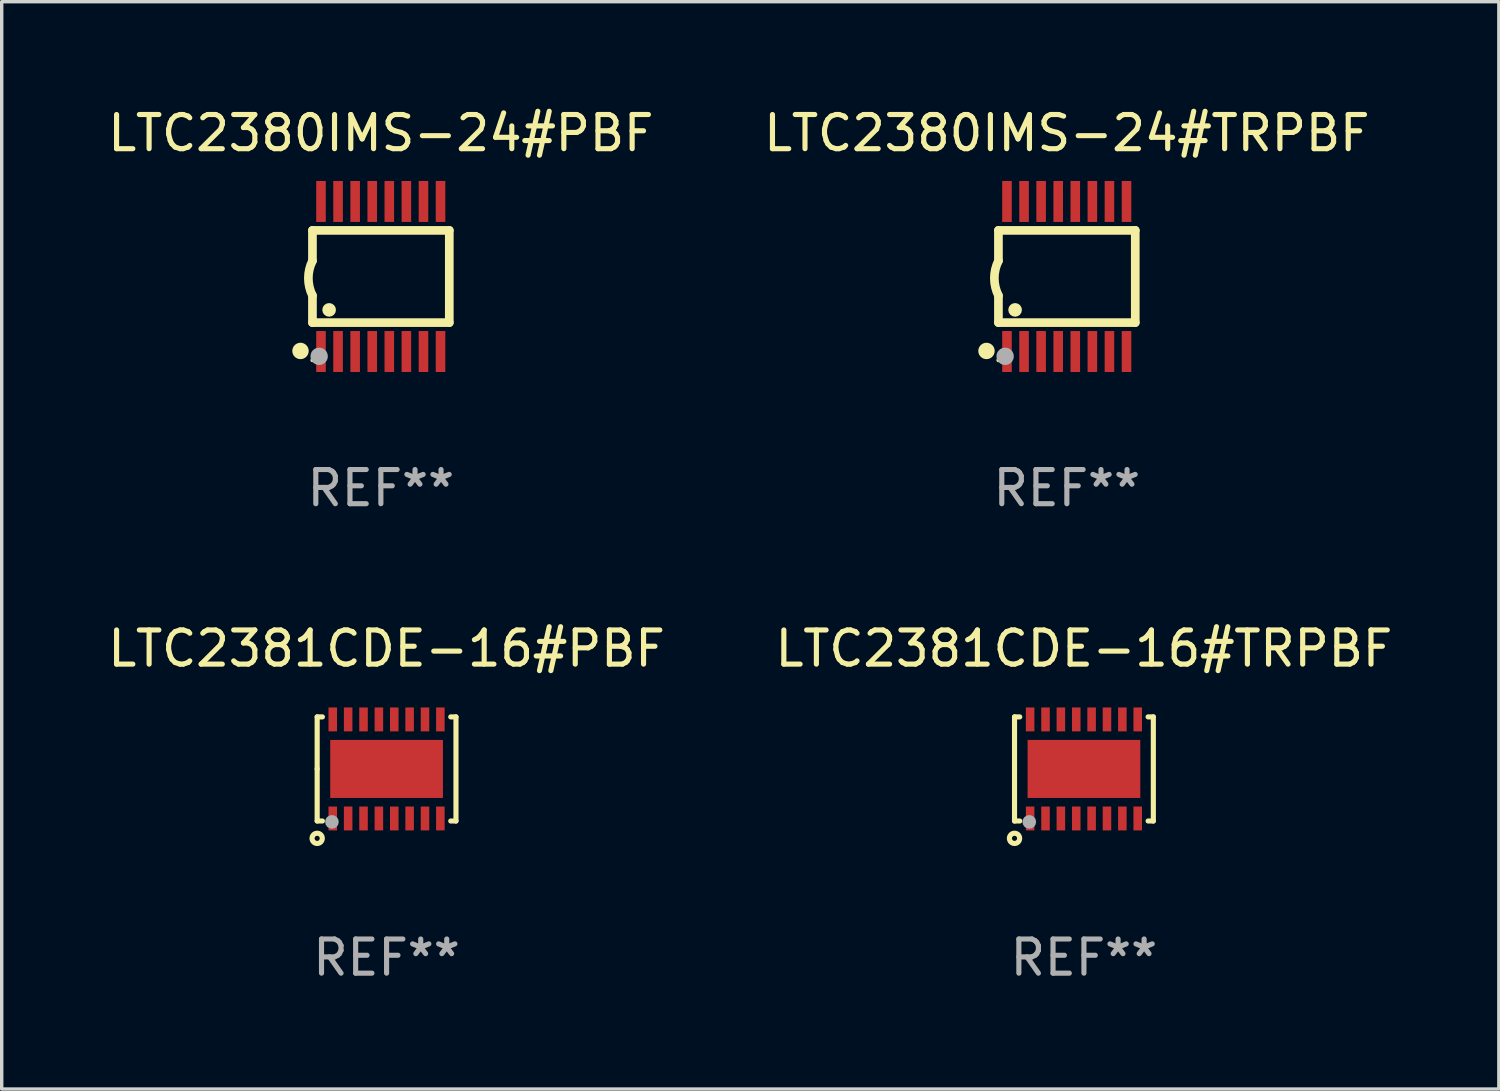
<source format=kicad_pcb>
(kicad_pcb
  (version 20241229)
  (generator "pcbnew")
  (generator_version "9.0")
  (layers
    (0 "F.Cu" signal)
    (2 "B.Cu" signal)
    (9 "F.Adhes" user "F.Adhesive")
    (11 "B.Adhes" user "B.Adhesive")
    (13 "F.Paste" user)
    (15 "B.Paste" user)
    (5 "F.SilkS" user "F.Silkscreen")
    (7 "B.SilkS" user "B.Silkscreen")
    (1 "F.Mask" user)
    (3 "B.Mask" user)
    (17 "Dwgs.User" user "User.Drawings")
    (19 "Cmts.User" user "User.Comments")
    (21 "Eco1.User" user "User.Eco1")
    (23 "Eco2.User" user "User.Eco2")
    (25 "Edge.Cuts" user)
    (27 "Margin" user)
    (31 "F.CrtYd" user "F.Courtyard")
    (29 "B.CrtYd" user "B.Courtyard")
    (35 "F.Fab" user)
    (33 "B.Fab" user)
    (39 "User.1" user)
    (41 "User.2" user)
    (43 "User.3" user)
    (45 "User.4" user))
  (footprint "LTC2381CDE-16#PBF"
    (layer "F.Cu")
    (at 8.268 19.463)
    (property "Reference" "LTC2381CDE-16#PBF" (at 0 -3.524 0) (layer "F.SilkS") (effects (font (size 1 1) (thickness 0.15))))
    (attr through_hole)
    (fp_line (start -2.032 -1.524) (end -1.879 -1.524) (stroke (width 0.15) (type solid)) (layer "F.SilkS"))
    (fp_line (start -2.032 0) (end -2.032 -1.524) (stroke (width 0.15) (type solid)) (layer "F.SilkS"))
    (fp_line (start -2.032 1.524) (end -2.032 0) (stroke (width 0.15) (type solid)) (layer "F.SilkS"))
    (fp_line (start -1.879 1.524) (end -2.032 1.524) (stroke (width 0.15) (type solid)) (layer "F.SilkS"))
    (fp_line (start 1.879 -1.524) (end 2.032 -1.524) (stroke (width 0.15) (type solid)) (layer "F.SilkS"))
    (fp_line (start 2.032 -1.524) (end 2.032 1.524) (stroke (width 0.15) (type solid)) (layer "F.SilkS"))
    (fp_line (start 2.032 1.524) (end 1.879 1.524) (stroke (width 0.15) (type solid)) (layer "F.SilkS"))
    (fp_circle (center -2.032 2.032) (end -1.882 2.032) (stroke (width 0.15) (type solid)) (fill no) (layer "F.SilkS"))
    (fp_circle (center -2 1.5) (end -1.97 1.5) (stroke (width 0.06) (type solid)) (fill no) (layer "F.SilkS"))
    (fp_circle (center -1.6 1.55) (end -1.5 1.55) (stroke (width 0.2) (type solid)) (fill no) (layer "F.Fab"))
    (fp_text user "REF**" (at 0 5.524 0) (layer "F.Fab") (effects (font (size 1 1) (thickness 0.15))))
    (pad "1" smd rect (at -1.575 1.45 90) (size 0.7 0.25) (layers "F.Cu" "F.Mask" "F.Paste"))
    (pad "2" smd rect (at -1.125 1.45 90) (size 0.7 0.25) (layers "F.Cu" "F.Mask" "F.Paste"))
    (pad "3" smd rect (at -0.675 1.45 90) (size 0.7 0.25) (layers "F.Cu" "F.Mask" "F.Paste"))
    (pad "4" smd rect (at -0.225 1.45 90) (size 0.7 0.25) (layers "F.Cu" "F.Mask" "F.Paste"))
    (pad "5" smd rect (at 0.225 1.45 90) (size 0.7 0.25) (layers "F.Cu" "F.Mask" "F.Paste"))
    (pad "6" smd rect (at 0.675 1.45 90) (size 0.7 0.25) (layers "F.Cu" "F.Mask" "F.Paste"))
    (pad "7" smd rect (at 1.125 1.45 90) (size 0.7 0.25) (layers "F.Cu" "F.Mask" "F.Paste"))
    (pad "8" smd rect (at 1.575 1.45 90) (size 0.7 0.25) (layers "F.Cu" "F.Mask" "F.Paste"))
    (pad "9" smd rect (at 1.575 -1.45 90) (size 0.7 0.25) (layers "F.Cu" "F.Mask" "F.Paste"))
    (pad "10" smd rect (at 1.125 -1.45 90) (size 0.7 0.25) (layers "F.Cu" "F.Mask" "F.Paste"))
    (pad "11" smd rect (at 0.675 -1.45 90) (size 0.7 0.25) (layers "F.Cu" "F.Mask" "F.Paste"))
    (pad "12" smd rect (at 0.225 -1.45 90) (size 0.7 0.25) (layers "F.Cu" "F.Mask" "F.Paste"))
    (pad "13" smd rect (at -0.225 -1.45 90) (size 0.7 0.25) (layers "F.Cu" "F.Mask" "F.Paste"))
    (pad "14" smd rect (at -0.675 -1.45 90) (size 0.7 0.25) (layers "F.Cu" "F.Mask" "F.Paste"))
    (pad "15" smd rect (at -1.125 -1.45 90) (size 0.7 0.25) (layers "F.Cu" "F.Mask" "F.Paste"))
    (pad "16" smd rect (at -1.575 -1.45 90) (size 0.7 0.25) (layers "F.Cu" "F.Mask" "F.Paste"))
    (pad "17" smd rect (at 0.000127 0 90) (size 1.7 3.3) (layers "F.Cu" "F.Mask" "F.Paste")))
  (footprint "LTC2380IMS-24#TRPBF"
    (layer "F.Cu")
    (at 28.185 5.045)
    (property "Reference" "LTC2380IMS-24#TRPBF" (at 0 -4.197 0) (layer "F.SilkS") (effects (font (size 1 1) (thickness 0.15))))
    (attr through_hole)
    (fp_line (start -2.003 -1.35) (end -2.003 -0.457) (stroke (width 0.254) (type solid)) (layer "F.SilkS"))
    (fp_line (start -2.003 -1.35) (end 2.003 -1.35) (stroke (width 0.254) (type solid)) (layer "F.SilkS"))
    (fp_line (start -2.003 1.35) (end -2.003 0.559) (stroke (width 0.254) (type solid)) (layer "F.SilkS"))
    (fp_line (start -2.003 1.35) (end 2.003 1.35) (stroke (width 0.254) (type solid)) (layer "F.SilkS"))
    (fp_line (start 2.003 -1.35) (end 2.003 1.35) (stroke (width 0.254) (type solid)) (layer "F.SilkS"))
    (fp_arc (start -2.002286 0.558802) (mid -2.122556 0.05092) (end -2.003302 -0.457201) (stroke (width 0.254001) (type solid)) (layer "F.SilkS"))
    (fp_circle (center -2.353 2.18) (end -2.233 2.18) (stroke (width 0.24) (type solid)) (fill no) (layer "F.SilkS"))
    (fp_circle (center -2.003 2.45) (end -1.973 2.45) (stroke (width 0.06) (type solid)) (fill no) (layer "F.SilkS"))
    (fp_circle (center -1.515 0.978) (end -1.415 0.978) (stroke (width 0.2) (type solid)) (fill no) (layer "F.SilkS"))
    (fp_circle (center -1.807 2.337) (end -1.68 2.337) (stroke (width 0.254) (type solid)) (fill no) (layer "F.Fab"))
    (fp_text user "REF**" (at 0 6.197 0) (layer "F.Fab") (effects (font (size 1 1) (thickness 0.15))))
    (pad "1" smd rect (at -1.753 2.197 90) (size 1.2 0.28) (layers "F.Cu" "F.Mask" "F.Paste"))
    (pad "2" smd rect (at -1.253 2.197 90) (size 1.2 0.28) (layers "F.Cu" "F.Mask" "F.Paste"))
    (pad "3" smd rect (at -0.753 2.197 90) (size 1.2 0.28) (layers "F.Cu" "F.Mask" "F.Paste"))
    (pad "4" smd rect (at -0.253 2.197 90) (size 1.2 0.28) (layers "F.Cu" "F.Mask" "F.Paste"))
    (pad "5" smd rect (at 0.247 2.197 90) (size 1.2 0.28) (layers "F.Cu" "F.Mask" "F.Paste"))
    (pad "6" smd rect (at 0.747 2.197 90) (size 1.2 0.28) (layers "F.Cu" "F.Mask" "F.Paste"))
    (pad "7" smd rect (at 1.247 2.197 90) (size 1.2 0.28) (layers "F.Cu" "F.Mask" "F.Paste"))
    (pad "8" smd rect (at 1.747 2.197 90) (size 1.2 0.28) (layers "F.Cu" "F.Mask" "F.Paste"))
    (pad "9" smd rect (at 1.747 -2.197 90) (size 1.2 0.28) (layers "F.Cu" "F.Mask" "F.Paste"))
    (pad "10" smd rect (at 1.247 -2.197 90) (size 1.2 0.28) (layers "F.Cu" "F.Mask" "F.Paste"))
    (pad "11" smd rect (at 0.747 -2.197 90) (size 1.2 0.28) (layers "F.Cu" "F.Mask" "F.Paste"))
    (pad "12" smd rect (at 0.247 -2.197 90) (size 1.2 0.28) (layers "F.Cu" "F.Mask" "F.Paste"))
    (pad "13" smd rect (at -0.253 -2.197 90) (size 1.2 0.28) (layers "F.Cu" "F.Mask" "F.Paste"))
    (pad "14" smd rect (at -0.753 -2.197 90) (size 1.2 0.28) (layers "F.Cu" "F.Mask" "F.Paste"))
    (pad "15" smd rect (at -1.253 -2.197 90) (size 1.2 0.28) (layers "F.Cu" "F.Mask" "F.Paste"))
    (pad "16" smd rect (at -1.753 -2.197 90) (size 1.2 0.28) (layers "F.Cu" "F.Mask" "F.Paste")))
  (footprint "LTC2380IMS-24#PBF"
    (layer "F.Cu")
    (at 8.101 5.045)
    (property "Reference" "LTC2380IMS-24#PBF" (at 0 -4.197 0) (layer "F.SilkS") (effects (font (size 1 1) (thickness 0.15))))
    (attr through_hole)
    (fp_line (start -2.003 -1.35) (end -2.003 -0.457) (stroke (width 0.254) (type solid)) (layer "F.SilkS"))
    (fp_line (start -2.003 -1.35) (end 2.003 -1.35) (stroke (width 0.254) (type solid)) (layer "F.SilkS"))
    (fp_line (start -2.003 1.35) (end -2.003 0.559) (stroke (width 0.254) (type solid)) (layer "F.SilkS"))
    (fp_line (start -2.003 1.35) (end 2.003 1.35) (stroke (width 0.254) (type solid)) (layer "F.SilkS"))
    (fp_line (start 2.003 -1.35) (end 2.003 1.35) (stroke (width 0.254) (type solid)) (layer "F.SilkS"))
    (fp_arc (start -2.002286 0.558802) (mid -2.122556 0.05092) (end -2.003302 -0.457201) (stroke (width 0.254001) (type solid)) (layer "F.SilkS"))
    (fp_circle (center -2.353 2.18) (end -2.233 2.18) (stroke (width 0.24) (type solid)) (fill no) (layer "F.SilkS"))
    (fp_circle (center -2.003 2.45) (end -1.973 2.45) (stroke (width 0.06) (type solid)) (fill no) (layer "F.SilkS"))
    (fp_circle (center -1.515 0.978) (end -1.415 0.978) (stroke (width 0.2) (type solid)) (fill no) (layer "F.SilkS"))
    (fp_circle (center -1.807 2.337) (end -1.68 2.337) (stroke (width 0.254) (type solid)) (fill no) (layer "F.Fab"))
    (fp_text user "REF**" (at 0 6.197 0) (layer "F.Fab") (effects (font (size 1 1) (thickness 0.15))))
    (pad "1" smd rect (at -1.753 2.197 90) (size 1.2 0.28) (layers "F.Cu" "F.Mask" "F.Paste"))
    (pad "2" smd rect (at -1.253 2.197 90) (size 1.2 0.28) (layers "F.Cu" "F.Mask" "F.Paste"))
    (pad "3" smd rect (at -0.753 2.197 90) (size 1.2 0.28) (layers "F.Cu" "F.Mask" "F.Paste"))
    (pad "4" smd rect (at -0.253 2.197 90) (size 1.2 0.28) (layers "F.Cu" "F.Mask" "F.Paste"))
    (pad "5" smd rect (at 0.247 2.197 90) (size 1.2 0.28) (layers "F.Cu" "F.Mask" "F.Paste"))
    (pad "6" smd rect (at 0.747 2.197 90) (size 1.2 0.28) (layers "F.Cu" "F.Mask" "F.Paste"))
    (pad "7" smd rect (at 1.247 2.197 90) (size 1.2 0.28) (layers "F.Cu" "F.Mask" "F.Paste"))
    (pad "8" smd rect (at 1.747 2.197 90) (size 1.2 0.28) (layers "F.Cu" "F.Mask" "F.Paste"))
    (pad "9" smd rect (at 1.747 -2.197 90) (size 1.2 0.28) (layers "F.Cu" "F.Mask" "F.Paste"))
    (pad "10" smd rect (at 1.247 -2.197 90) (size 1.2 0.28) (layers "F.Cu" "F.Mask" "F.Paste"))
    (pad "11" smd rect (at 0.747 -2.197 90) (size 1.2 0.28) (layers "F.Cu" "F.Mask" "F.Paste"))
    (pad "12" smd rect (at 0.247 -2.197 90) (size 1.2 0.28) (layers "F.Cu" "F.Mask" "F.Paste"))
    (pad "13" smd rect (at -0.253 -2.197 90) (size 1.2 0.28) (layers "F.Cu" "F.Mask" "F.Paste"))
    (pad "14" smd rect (at -0.753 -2.197 90) (size 1.2 0.28) (layers "F.Cu" "F.Mask" "F.Paste"))
    (pad "15" smd rect (at -1.253 -2.197 90) (size 1.2 0.28) (layers "F.Cu" "F.Mask" "F.Paste"))
    (pad "16" smd rect (at -1.753 -2.197 90) (size 1.2 0.28) (layers "F.Cu" "F.Mask" "F.Paste")))
  (footprint "LTC2381CDE-16#TRPBF"
    (layer "F.Cu")
    (at 28.685 19.463)
    (property "Reference" "LTC2381CDE-16#TRPBF" (at 0 -3.524 0) (layer "F.SilkS") (effects (font (size 1 1) (thickness 0.15))))
    (attr through_hole)
    (fp_line (start -2.032 -1.524) (end -1.879 -1.524) (stroke (width 0.15) (type solid)) (layer "F.SilkS"))
    (fp_line (start -2.032 0) (end -2.032 -1.524) (stroke (width 0.15) (type solid)) (layer "F.SilkS"))
    (fp_line (start -2.032 1.524) (end -2.032 0) (stroke (width 0.15) (type solid)) (layer "F.SilkS"))
    (fp_line (start -1.879 1.524) (end -2.032 1.524) (stroke (width 0.15) (type solid)) (layer "F.SilkS"))
    (fp_line (start 1.879 -1.524) (end 2.032 -1.524) (stroke (width 0.15) (type solid)) (layer "F.SilkS"))
    (fp_line (start 2.032 -1.524) (end 2.032 1.524) (stroke (width 0.15) (type solid)) (layer "F.SilkS"))
    (fp_line (start 2.032 1.524) (end 1.879 1.524) (stroke (width 0.15) (type solid)) (layer "F.SilkS"))
    (fp_circle (center -2.032 2.032) (end -1.882 2.032) (stroke (width 0.15) (type solid)) (fill no) (layer "F.SilkS"))
    (fp_circle (center -2 1.5) (end -1.97 1.5) (stroke (width 0.06) (type solid)) (fill no) (layer "F.SilkS"))
    (fp_circle (center -1.6 1.55) (end -1.5 1.55) (stroke (width 0.2) (type solid)) (fill no) (layer "F.Fab"))
    (fp_text user "REF**" (at 0 5.524 0) (layer "F.Fab") (effects (font (size 1 1) (thickness 0.15))))
    (pad "1" smd rect (at -1.575 1.45 90) (size 0.7 0.25) (layers "F.Cu" "F.Mask" "F.Paste"))
    (pad "2" smd rect (at -1.125 1.45 90) (size 0.7 0.25) (layers "F.Cu" "F.Mask" "F.Paste"))
    (pad "3" smd rect (at -0.675 1.45 90) (size 0.7 0.25) (layers "F.Cu" "F.Mask" "F.Paste"))
    (pad "4" smd rect (at -0.225 1.45 90) (size 0.7 0.25) (layers "F.Cu" "F.Mask" "F.Paste"))
    (pad "5" smd rect (at 0.225 1.45 90) (size 0.7 0.25) (layers "F.Cu" "F.Mask" "F.Paste"))
    (pad "6" smd rect (at 0.675 1.45 90) (size 0.7 0.25) (layers "F.Cu" "F.Mask" "F.Paste"))
    (pad "7" smd rect (at 1.125 1.45 90) (size 0.7 0.25) (layers "F.Cu" "F.Mask" "F.Paste"))
    (pad "8" smd rect (at 1.575 1.45 90) (size 0.7 0.25) (layers "F.Cu" "F.Mask" "F.Paste"))
    (pad "9" smd rect (at 1.575 -1.45 90) (size 0.7 0.25) (layers "F.Cu" "F.Mask" "F.Paste"))
    (pad "10" smd rect (at 1.125 -1.45 90) (size 0.7 0.25) (layers "F.Cu" "F.Mask" "F.Paste"))
    (pad "11" smd rect (at 0.675 -1.45 90) (size 0.7 0.25) (layers "F.Cu" "F.Mask" "F.Paste"))
    (pad "12" smd rect (at 0.225 -1.45 90) (size 0.7 0.25) (layers "F.Cu" "F.Mask" "F.Paste"))
    (pad "13" smd rect (at -0.225 -1.45 90) (size 0.7 0.25) (layers "F.Cu" "F.Mask" "F.Paste"))
    (pad "14" smd rect (at -0.675 -1.45 90) (size 0.7 0.25) (layers "F.Cu" "F.Mask" "F.Paste"))
    (pad "15" smd rect (at -1.125 -1.45 90) (size 0.7 0.25) (layers "F.Cu" "F.Mask" "F.Paste"))
    (pad "16" smd rect (at -1.575 -1.45 90) (size 0.7 0.25) (layers "F.Cu" "F.Mask" "F.Paste"))
    (pad "17" smd rect (at 0.000127 0 90) (size 1.7 3.3) (layers "F.Cu" "F.Mask" "F.Paste")))
  (gr_rect
    (start -3 -3)
    (end 40.833 28.835)
    (stroke (width 0.1) (type default))
    (fill no)
    (layer "Edge.Cuts")))
</source>
